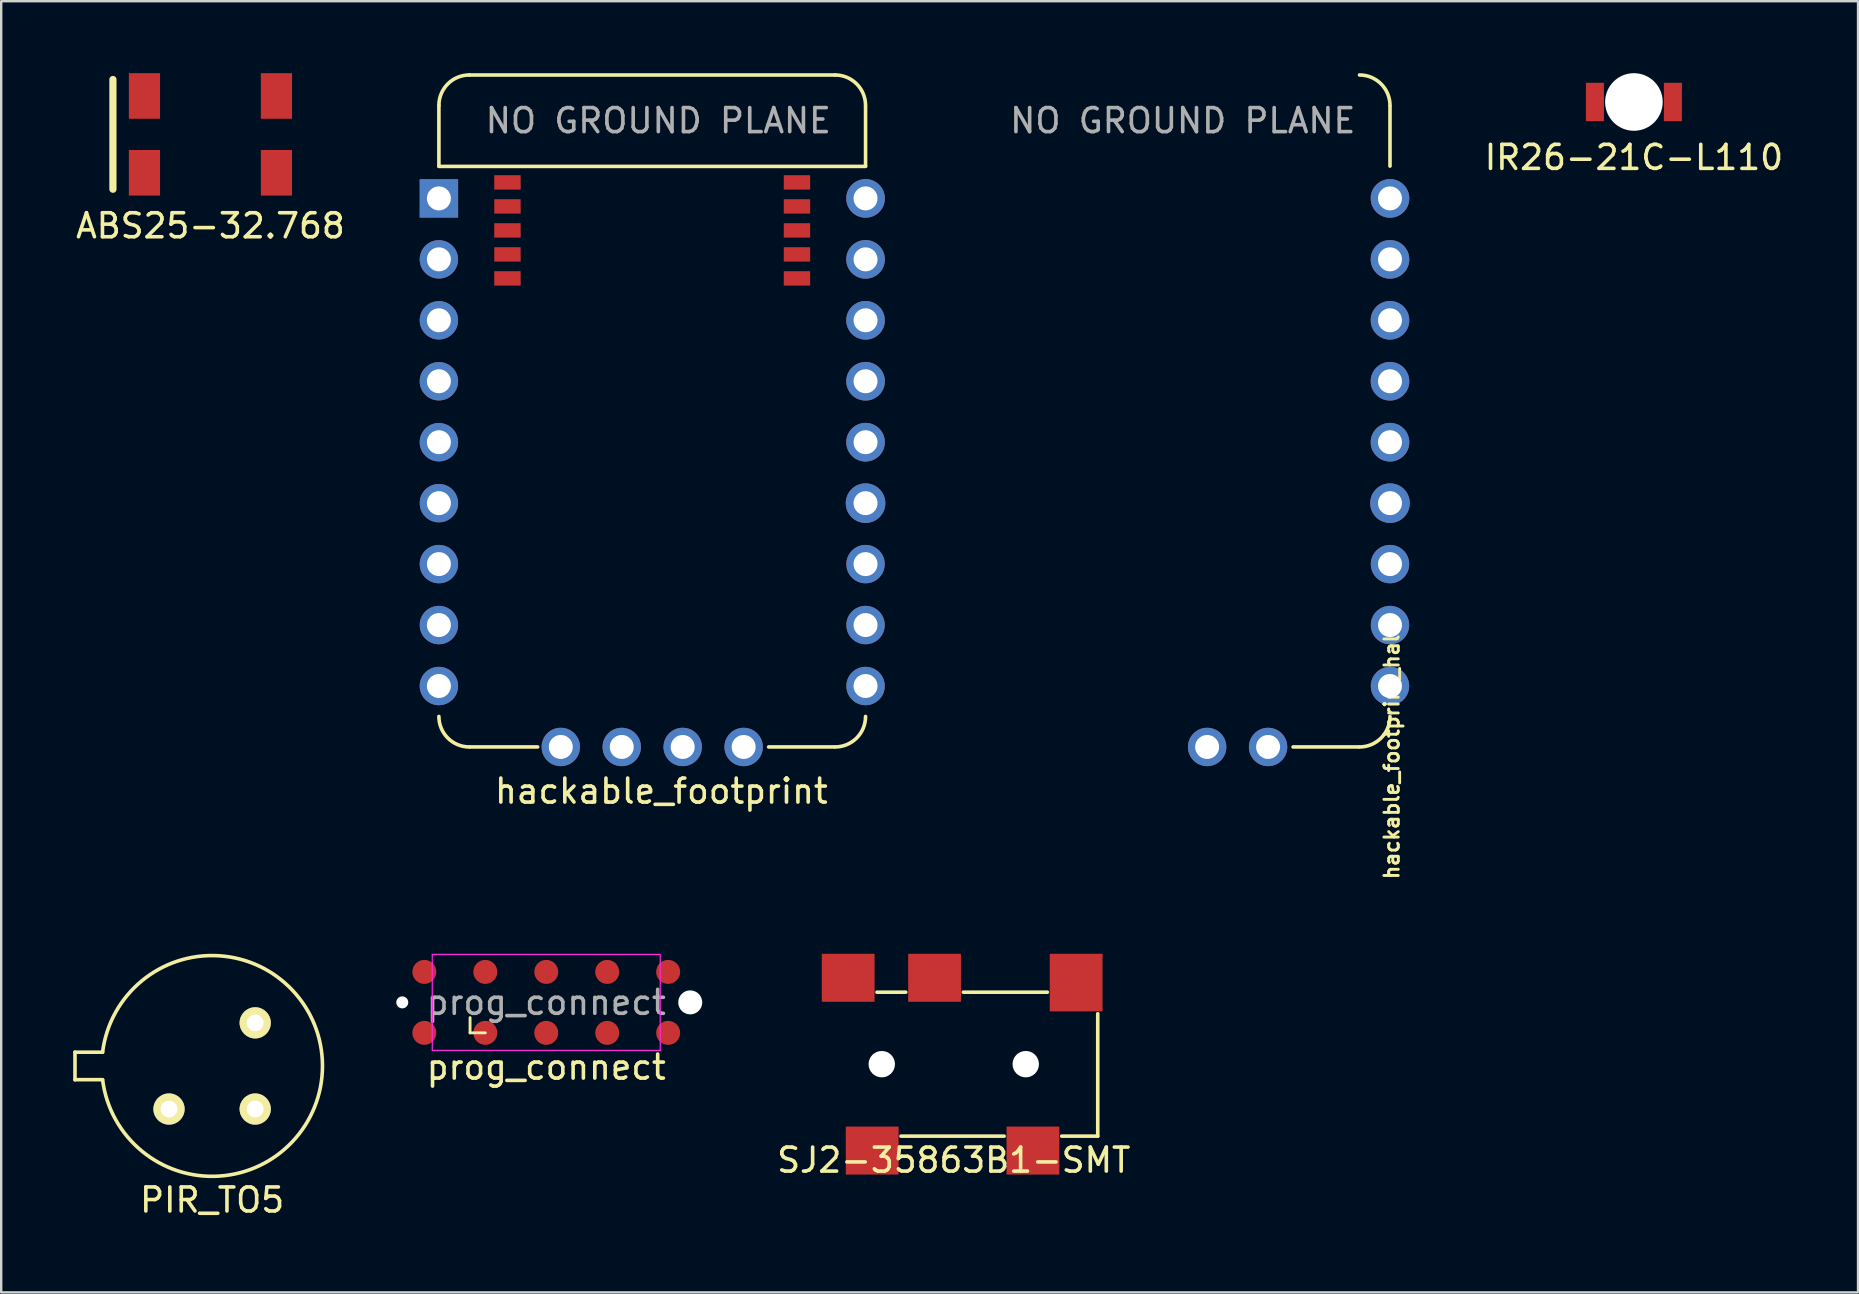
<source format=kicad_pcb>
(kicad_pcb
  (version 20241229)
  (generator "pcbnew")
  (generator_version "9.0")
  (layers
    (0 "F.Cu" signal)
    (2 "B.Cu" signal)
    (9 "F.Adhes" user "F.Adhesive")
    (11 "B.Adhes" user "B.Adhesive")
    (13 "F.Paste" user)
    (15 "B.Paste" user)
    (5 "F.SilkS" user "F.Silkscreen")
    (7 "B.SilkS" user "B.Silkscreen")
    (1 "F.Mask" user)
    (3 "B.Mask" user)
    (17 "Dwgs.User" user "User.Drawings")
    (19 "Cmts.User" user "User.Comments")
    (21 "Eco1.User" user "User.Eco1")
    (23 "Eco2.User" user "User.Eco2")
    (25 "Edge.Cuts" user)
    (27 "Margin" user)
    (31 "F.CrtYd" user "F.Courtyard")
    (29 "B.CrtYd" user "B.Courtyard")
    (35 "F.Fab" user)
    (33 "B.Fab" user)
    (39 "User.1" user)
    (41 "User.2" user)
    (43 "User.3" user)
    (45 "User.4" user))
  (footprint "hackable_footprint"
    (layer "F.Cu")
    (at 15.24 28.078)
    (property "Reference" "hackable_footprint" (at 9.271 1.841 0) (layer "F.SilkS") (effects (font (size 1 1) (thickness 0.15))))
    (attr through_hole)
    (fp_line (start 0 -26.721) (end 0 -24.206) (stroke (width 0.15) (type solid)) (layer "F.SilkS"))
    (fp_line (start 0 -24.194) (end 17.78 -24.194) (stroke (width 0.15) (type solid)) (layer "F.SilkS"))
    (fp_line (start 1.27 -28.003) (end 16.51 -28.003) (stroke (width 0.15) (type solid)) (layer "F.SilkS"))
    (fp_line (start 1.295 0) (end 4.115 0) (stroke (width 0.15) (type solid)) (layer "F.SilkS"))
    (fp_line (start 16.485 0) (end 13.741 0) (stroke (width 0.15) (type solid)) (layer "F.SilkS"))
    (fp_line (start 17.78 -26.695) (end 17.78 -24.206) (stroke (width 0.15) (type solid)) (layer "F.SilkS"))
    (fp_arc (start 0 -26.7335) (mid 0.371974 -27.631526) (end 1.27 -28.0035) (stroke (width 0.15) (type solid)) (layer "F.SilkS"))
    (fp_arc (start 1.27 0) (mid 0.371974 -0.371974) (end 0 -1.27) (stroke (width 0.15) (type solid)) (layer "F.SilkS"))
    (fp_arc (start 16.51 -28.0035) (mid 17.408026 -27.631526) (end 17.78 -26.7335) (stroke (width 0.15) (type solid)) (layer "F.SilkS"))
    (fp_arc (start 17.78 -1.27) (mid 17.408026 -0.371974) (end 16.51 0) (stroke (width 0.15) (type solid)) (layer "F.SilkS"))
    (fp_text user "NO GROUND PLANE" (at 9.144 -26.099 0) (layer "F.Fab") (effects (font (size 1 1) (thickness 0.15))))
    (pad "1" thru_hole rect (at 0 -22.86) (size 1.6 1.6) (drill 1) (layers "*.Cu" "*.Mask"))
    (pad "2" thru_hole circle (at 0 -20.32) (size 1.6 1.6) (drill 1) (layers "*.Cu" "*.Mask"))
    (pad "3" thru_hole circle (at 0 -17.78) (size 1.6 1.6) (drill 1) (layers "*.Cu" "*.Mask"))
    (pad "4" thru_hole circle (at 0 -15.24) (size 1.6 1.6) (drill 1) (layers "*.Cu" "*.Mask"))
    (pad "5" thru_hole circle (at 0 -12.7) (size 1.6 1.6) (drill 1) (layers "*.Cu" "*.Mask"))
    (pad "6" thru_hole circle (at 0 -10.16) (size 1.6 1.6) (drill 1) (layers "*.Cu" "*.Mask"))
    (pad "7" thru_hole circle (at 0 -7.62) (size 1.6 1.6) (drill 1) (layers "*.Cu" "*.Mask"))
    (pad "8" thru_hole circle (at 0 -5.08) (size 1.6 1.6) (drill 1) (layers "*.Cu" "*.Mask"))
    (pad "9" thru_hole circle (at 0 -2.54) (size 1.6 1.6) (drill 1) (layers "*.Cu" "*.Mask"))
    (pad "10" thru_hole circle (at 5.08 0) (size 1.6 1.6) (drill 1) (layers "*.Cu" "*.Mask"))
    (pad "11" thru_hole circle (at 7.62 0) (size 1.6 1.6) (drill 1) (layers "*.Cu" "*.Mask"))
    (pad "12" thru_hole circle (at 10.16 0) (size 1.6 1.6) (drill 1) (layers "*.Cu" "*.Mask"))
    (pad "13" thru_hole circle (at 12.7 0) (size 1.6 1.6) (drill 1) (layers "*.Cu" "*.Mask"))
    (pad "14" thru_hole circle (at 17.78 -2.54) (size 1.6 1.6) (drill 1) (layers "*.Cu" "*.Mask"))
    (pad "15" thru_hole circle (at 17.78 -5.08) (size 1.6 1.6) (drill 1) (layers "*.Cu" "*.Mask"))
    (pad "16" thru_hole circle (at 17.78 -7.62) (size 1.6 1.6) (drill 1) (layers "*.Cu" "*.Mask"))
    (pad "17" thru_hole circle (at 17.78 -10.16) (size 1.65 1.65) (drill 1) (layers "*.Cu" "*.Mask"))
    (pad "18" thru_hole circle (at 17.78 -12.7) (size 1.61 1.61) (drill 1) (layers "*.Cu" "*.Mask"))
    (pad "19" thru_hole circle (at 17.78 -15.24) (size 1.61 1.61) (drill 1) (layers "*.Cu" "*.Mask"))
    (pad "20" thru_hole circle (at 17.78 -17.78) (size 1.61 1.61) (drill 1) (layers "*.Cu" "*.Mask"))
    (pad "21" thru_hole circle (at 17.78 -20.32) (size 1.61 1.61) (drill 1) (layers "*.Cu" "*.Mask"))
    (pad "22" thru_hole circle (at 17.78 -22.86) (size 1.61 1.61) (drill 1) (layers "*.Cu" "*.Mask"))
    (pad "23" smd rect (at 14.922 -23.526) (size 1.1 0.6) (layers "F.Cu" "F.Mask" "F.Paste"))
    (pad "24" smd rect (at 14.922 -22.526) (size 1.1 0.6) (layers "F.Cu" "F.Mask" "F.Paste"))
    (pad "25" smd rect (at 14.922 -21.526) (size 1.1 0.6) (layers "F.Cu" "F.Mask" "F.Paste"))
    (pad "26" smd rect (at 14.922 -20.526) (size 1.1 0.6) (layers "F.Cu" "F.Mask" "F.Paste"))
    (pad "27" smd rect (at 14.922 -19.526) (size 1.1 0.6) (layers "F.Cu" "F.Mask" "F.Paste"))
    (pad "28" smd rect (at 2.857 -19.526) (size 1.1 0.6) (layers "F.Cu" "F.Mask" "F.Paste"))
    (pad "29" smd rect (at 2.857 -20.526) (size 1.1 0.6) (layers "F.Cu" "F.Mask" "F.Paste"))
    (pad "30" smd rect (at 2.857 -21.526) (size 1.1 0.6) (layers "F.Cu" "F.Mask" "F.Paste"))
    (pad "31" smd rect (at 2.857 -22.526) (size 1.1 0.6) (layers "F.Cu" "F.Mask" "F.Paste"))
    (pad "32" smd rect (at 2.857 -23.526) (size 1.1 0.6) (layers "F.Cu" "F.Mask" "F.Paste")))
  (footprint "SJ2-35863B1-SMT"
    (layer "F.Cu")
    (at 30.696 41.297)
    (property "Reference" "SJ2-35863B1-SMT" (at 6 4 0) (layer "F.SilkS") (effects (font (size 1 1) (thickness 0.15))))
    (attr through_hole)
    (fp_line (start 2.8 -3) (end 4 -3) (stroke (width 0.15) (type solid)) (layer "F.SilkS"))
    (fp_line (start 3.8 3) (end 8.1 3) (stroke (width 0.15) (type solid)) (layer "F.SilkS"))
    (fp_line (start 6.4 -3) (end 9.9 -3) (stroke (width 0.15) (type solid)) (layer "F.SilkS"))
    (fp_line (start 10.5 3) (end 12 3) (stroke (width 0.15) (type solid)) (layer "F.SilkS"))
    (fp_line (start 12 3) (end 12 -2.1) (stroke (width 0.15) (type solid)) (layer "F.SilkS"))
    (pad "" np_thru_hole circle (at 3 0) (size 1.1 1.1) (drill 1.1) (layers "*.Cu" "*.Mask"))
    (pad "" np_thru_hole circle (at 9 0) (size 1.1 1.1) (drill 1.1) (layers "*.Cu" "*.Mask"))
    (pad "1" smd rect (at 2.6 3.6) (size 2.2 2) (layers "F.Cu" "F.Mask" "F.Paste"))
    (pad "2" smd rect (at 9.3 3.6) (size 2.2 2) (layers "F.Cu" "F.Mask" "F.Paste"))
    (pad "3" smd rect (at 5.2 -3.6) (size 2.2 2) (layers "F.Cu" "F.Mask" "F.Paste"))
    (pad "4" smd rect (at 1.6 -3.6) (size 2.2 2) (layers "F.Cu" "F.Mask" "F.Paste"))
    (pad "10" smd rect (at 11.1 -3.4) (size 2.2 2.4) (layers "F.Cu" "F.Mask" "F.Paste")))
  (footprint "prog_connect"
    (layer "F.Cu")
    (at 19.714 38.722)
    (property "Reference" "prog_connect" (at 0 2.7 0) (layer "F.SilkS") (effects (font (size 1 1) (thickness 0.15))))
    (attr exclude_from_pos_files exclude_from_bom)
    (fp_line (start -3.175 1.27) (end -3.175 0.635) (stroke (width 0.12) (type solid)) (layer "F.SilkS"))
    (fp_line (start -2.54 1.27) (end -3.175 1.27) (stroke (width 0.12) (type solid)) (layer "F.SilkS"))
    (fp_line (start -4.75 -2) (end 4.75 -2) (stroke (width 0.05) (type solid)) (layer "F.CrtYd"))
    (fp_line (start -4.75 2) (end -4.75 -2) (stroke (width 0.05) (type solid)) (layer "F.CrtYd"))
    (fp_line (start 4.75 -2) (end 4.75 2) (stroke (width 0.05) (type solid)) (layer "F.CrtYd"))
    (fp_line (start 4.75 2) (end -4.75 2) (stroke (width 0.05) (type solid)) (layer "F.CrtYd"))
    (fp_text user "${REFERENCE}" (at 0 0 0) (layer "F.Fab") (effects (font (size 1 1) (thickness 0.15))))
    (pad "" np_thru_hole circle (at -6 0) (size 0.5 0.5) (drill 0.5) (layers "*.Cu" "*.Mask"))
    (pad "" np_thru_hole circle (at 6 0) (size 1 1) (drill 1) (layers "*.Cu" "*.Mask"))
    (pad "1" connect circle (at -5.08 1.27) (size 1 1) (layers "F.Cu" "F.Mask"))
    (pad "2" connect circle (at -5.08 -1.27) (size 1 1) (layers "F.Cu" "F.Mask"))
    (pad "3" connect circle (at -2.54 1.27) (size 1 1) (layers "F.Cu" "F.Mask"))
    (pad "4" connect circle (at -2.54 -1.27) (size 1 1) (layers "F.Cu" "F.Mask"))
    (pad "5" connect circle (at 0 1.27) (size 1 1) (layers "F.Cu" "F.Mask"))
    (pad "6" connect circle (at 0 -1.27) (size 1 1) (layers "F.Cu" "F.Mask"))
    (pad "7" connect circle (at 2.54 1.27) (size 1 1) (layers "F.Cu" "F.Mask"))
    (pad "8" connect circle (at 2.54 -1.27) (size 1 1) (layers "F.Cu" "F.Mask"))
    (pad "9" connect circle (at 5.08 1.27) (size 1 1) (layers "F.Cu" "F.Mask"))
    (pad "10" connect circle (at 5.08 -1.27) (size 1 1) (layers "F.Cu" "F.Mask")))
  (footprint "IR26-21C-L110"
    (layer "F.Cu")
    (at 65.04 1.2)
    (property "Reference" "IR26-21C-L110" (at 0 2.311 0) (layer "F.SilkS") (effects (font (size 1 1) (thickness 0.15))))
    (attr through_hole)
    (pad "" np_thru_hole circle (at 0 0) (size 2.4 2.4) (drill 2.4) (layers "*.Cu" "*.Mask"))
    (pad "1" smd rect (at -1.625 0) (size 0.75 1.6) (layers "F.Cu" "F.Mask" "F.Paste"))
    (pad "2" smd rect (at 1.625 0) (size 0.75 1.6) (layers "F.Cu" "F.Mask" "F.Paste")))
  (footprint "ABS25-32.768"
    (placed yes)
    (layer "F.Cu")
    (at 5.72 2.55)
    (property "Reference" "ABS25-32.768" (at 0 3.81 0) (layer "F.SilkS") (effects (font (size 1 1) (thickness 0.15))))
    (attr through_hole)
    (fp_line (start -4.064 2.286) (end -4.064 -2.286) (stroke (width 0.3) (type solid)) (layer "F.SilkS"))
    (pad "" smd rect (at 2.75 -1.6) (size 1.3 1.9) (layers "F.Cu" "F.Mask" "F.Paste"))
    (pad "1" smd rect (at -2.75 1.6) (size 1.3 1.9) (layers "F.Cu" "F.Mask" "F.Paste"))
    (pad "2" smd rect (at -2.75 -1.6) (size 1.3 1.9) (layers "F.Cu" "F.Mask" "F.Paste"))
    (pad "3" smd rect (at 2.75 1.6) (size 1.3 1.9) (layers "F.Cu" "F.Mask" "F.Paste")))
  (footprint "hackable_footprint_half"
    (layer "F.Cu")
    (at 37.095 28.078)
    (property "Reference" "hackable_footprint_half" (at 17.854 0.241 90) (layer "F.SilkS") (effects (font (size 0.6 0.6) (thickness 0.12))))
    (attr through_hole)
    (fp_line (start 16.485 0) (end 13.741 0) (stroke (width 0.15) (type solid)) (layer "F.SilkS"))
    (fp_line (start 17.78 -26.695) (end 17.78 -24.206) (stroke (width 0.15) (type solid)) (layer "F.SilkS"))
    (fp_arc (start 16.51 -28.0035) (mid 17.408026 -27.631526) (end 17.78 -26.7335) (stroke (width 0.15) (type solid)) (layer "F.SilkS"))
    (fp_arc (start 17.78 -1.27) (mid 17.408026 -0.371974) (end 16.51 0) (stroke (width 0.15) (type solid)) (layer "F.SilkS"))
    (fp_text user "NO GROUND PLANE" (at 9.144 -26.099 0) (layer "F.Fab") (effects (font (size 1 1) (thickness 0.15))))
    (pad "12" thru_hole circle (at 10.16 0) (size 1.6 1.6) (drill 1) (layers "*.Cu" "*.Mask"))
    (pad "13" thru_hole circle (at 12.7 0) (size 1.6 1.6) (drill 1) (layers "*.Cu" "*.Mask"))
    (pad "14" thru_hole circle (at 17.78 -2.54) (size 1.6 1.6) (drill 1) (layers "*.Cu" "*.Mask"))
    (pad "15" thru_hole circle (at 17.78 -5.08) (size 1.6 1.6) (drill 1) (layers "*.Cu" "*.Mask"))
    (pad "16" thru_hole circle (at 17.78 -7.62) (size 1.6 1.6) (drill 1) (layers "*.Cu" "*.Mask"))
    (pad "17" thru_hole circle (at 17.78 -10.16) (size 1.65 1.65) (drill 1) (layers "*.Cu" "*.Mask"))
    (pad "18" thru_hole circle (at 17.78 -12.7) (size 1.61 1.61) (drill 1) (layers "*.Cu" "*.Mask"))
    (pad "19" thru_hole circle (at 17.78 -15.24) (size 1.61 1.61) (drill 1) (layers "*.Cu" "*.Mask"))
    (pad "20" thru_hole circle (at 17.78 -17.78) (size 1.61 1.61) (drill 1) (layers "*.Cu" "*.Mask"))
    (pad "21" thru_hole circle (at 17.78 -20.32) (size 1.61 1.61) (drill 1) (layers "*.Cu" "*.Mask"))
    (pad "22" thru_hole circle (at 17.78 -22.86) (size 1.61 1.61) (drill 1) (layers "*.Cu" "*.Mask")))
  (footprint "PIR_TO5"
    (layer "F.Cu")
    (at 5.789 41.371)
    (property "Reference" "PIR_TO5" (at 0 5.588 0) (layer "F.SilkS") (effects (font (size 1 1) (thickness 0.15))))
    (attr through_hole)
    (fp_line (start -5.714 -0.573) (end -5.714 0.573) (stroke (width 0.15) (type solid)) (layer "F.SilkS"))
    (fp_line (start -4.564 -0.573) (end -5.714 -0.573) (stroke (width 0.15) (type solid)) (layer "F.SilkS"))
    (fp_line (start -4.564 0.573) (end -5.714 0.573) (stroke (width 0.15) (type solid)) (layer "F.SilkS"))
    (fp_arc (start -4.564 -0.573) (mid 4.599827 -0.003539) (end -4.563113 0.580022) (stroke (width 0.15) (type solid)) (layer "F.SilkS"))
    (pad "1" thru_hole circle (at -1.796 1.796) (size 1.3 1.3) (drill 0.7) (layers "*.Cu" "*.Mask" "F.SilkS"))
    (pad "2" thru_hole circle (at 1.796 1.796) (size 1.3 1.3) (drill 0.7) (layers "*.Cu" "*.Mask" "F.SilkS"))
    (pad "3" thru_hole circle (at 1.796 -1.796) (size 1.3 1.3) (drill 0.7) (layers "*.Cu" "*.Mask" "F.SilkS")))
  (gr_rect
    (start -3 -3)
    (end 74.379 50.808)
    (stroke (width 0.1) (type default))
    (fill no)
    (layer "Edge.Cuts")))
</source>
